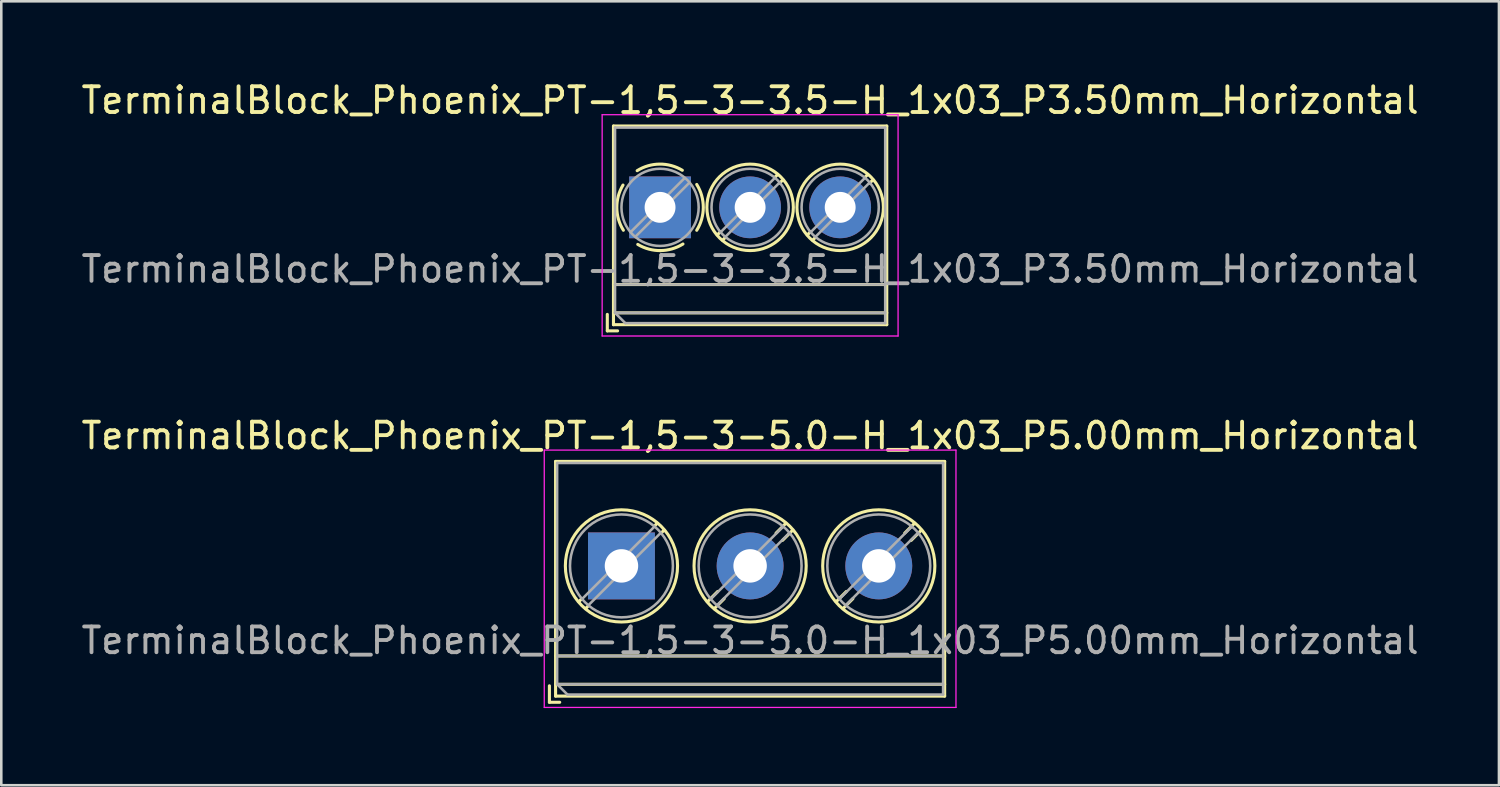
<source format=kicad_pcb>
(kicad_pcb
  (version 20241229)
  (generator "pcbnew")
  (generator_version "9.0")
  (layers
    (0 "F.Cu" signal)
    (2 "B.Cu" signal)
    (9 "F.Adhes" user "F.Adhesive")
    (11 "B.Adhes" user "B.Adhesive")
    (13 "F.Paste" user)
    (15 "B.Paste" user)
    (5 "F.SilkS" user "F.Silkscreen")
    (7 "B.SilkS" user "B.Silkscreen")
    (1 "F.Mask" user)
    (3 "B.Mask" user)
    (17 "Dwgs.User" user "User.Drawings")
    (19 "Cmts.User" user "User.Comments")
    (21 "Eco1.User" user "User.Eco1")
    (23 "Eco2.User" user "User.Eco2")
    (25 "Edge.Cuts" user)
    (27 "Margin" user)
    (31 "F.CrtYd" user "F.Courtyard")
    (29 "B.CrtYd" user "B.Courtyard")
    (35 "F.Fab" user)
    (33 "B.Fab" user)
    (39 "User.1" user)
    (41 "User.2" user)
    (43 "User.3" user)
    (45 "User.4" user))
  (footprint "TerminalBlock_Phoenix_PT-1,5-3-5.0-H_1x03_P5.00mm_Horizontal"
    (layer "F.Cu")
    (at 21.101 18.942)
    (property "Reference" "TerminalBlock_Phoenix_PT-1,5-3-5.0-H_1x03_P5.00mm_Horizontal" (at 5 -5.06 0) (layer "F.SilkS") (effects (font (size 1 1) (thickness 0.15))))
    (attr through_hole)
    (fp_line (start -2.8 4.66) (end -2.8 5.3) (stroke (width 0.12) (type solid)) (layer "F.SilkS"))
    (fp_line (start -2.8 5.3) (end -2.4 5.3) (stroke (width 0.12) (type solid)) (layer "F.SilkS"))
    (fp_line (start -2.56 -4.06) (end -2.56 5.06) (stroke (width 0.12) (type solid)) (layer "F.SilkS"))
    (fp_line (start -2.56 -4.06) (end 12.56 -4.06) (stroke (width 0.12) (type solid)) (layer "F.SilkS"))
    (fp_line (start -2.56 3.5) (end 12.56 3.5) (stroke (width 0.12) (type solid)) (layer "F.SilkS"))
    (fp_line (start -2.56 4.6) (end 12.56 4.6) (stroke (width 0.12) (type solid)) (layer "F.SilkS"))
    (fp_line (start -2.56 5.06) (end 12.56 5.06) (stroke (width 0.12) (type solid)) (layer "F.SilkS"))
    (fp_line (start -1.548 1.281) (end -1.654 1.388) (stroke (width 0.12) (type solid)) (layer "F.SilkS"))
    (fp_line (start -1.282 1.547) (end -1.388 1.654) (stroke (width 0.12) (type solid)) (layer "F.SilkS"))
    (fp_line (start 1.388 -1.654) (end 1.281 -1.547) (stroke (width 0.12) (type solid)) (layer "F.SilkS"))
    (fp_line (start 1.654 -1.388) (end 1.547 -1.281) (stroke (width 0.12) (type solid)) (layer "F.SilkS"))
    (fp_line (start 3.742 0.992) (end 3.347 1.388) (stroke (width 0.12) (type solid)) (layer "F.SilkS"))
    (fp_line (start 3.993 1.274) (end 3.613 1.654) (stroke (width 0.12) (type solid)) (layer "F.SilkS"))
    (fp_line (start 6.388 -1.654) (end 6.008 -1.274) (stroke (width 0.12) (type solid)) (layer "F.SilkS"))
    (fp_line (start 6.654 -1.388) (end 6.259 -0.992) (stroke (width 0.12) (type solid)) (layer "F.SilkS"))
    (fp_line (start 8.742 0.992) (end 8.347 1.388) (stroke (width 0.12) (type solid)) (layer "F.SilkS"))
    (fp_line (start 8.993 1.274) (end 8.613 1.654) (stroke (width 0.12) (type solid)) (layer "F.SilkS"))
    (fp_line (start 11.388 -1.654) (end 11.008 -1.274) (stroke (width 0.12) (type solid)) (layer "F.SilkS"))
    (fp_line (start 11.654 -1.388) (end 11.259 -0.992) (stroke (width 0.12) (type solid)) (layer "F.SilkS"))
    (fp_line (start 12.56 -4.06) (end 12.56 5.06) (stroke (width 0.12) (type solid)) (layer "F.SilkS"))
    (fp_circle (center 0 0) (end 2.18 0) (stroke (width 0.12) (type solid)) (fill no) (layer "F.SilkS"))
    (fp_circle (center 5 0) (end 7.18 0) (stroke (width 0.12) (type solid)) (fill no) (layer "F.SilkS"))
    (fp_circle (center 10 0) (end 12.18 0) (stroke (width 0.12) (type solid)) (fill no) (layer "F.SilkS"))
    (fp_line (start -3 -4.5) (end -3 5.5) (stroke (width 0.05) (type solid)) (layer "F.CrtYd"))
    (fp_line (start -3 5.5) (end 13 5.5) (stroke (width 0.05) (type solid)) (layer "F.CrtYd"))
    (fp_line (start 13 -4.5) (end -3 -4.5) (stroke (width 0.05) (type solid)) (layer "F.CrtYd"))
    (fp_line (start 13 5.5) (end 13 -4.5) (stroke (width 0.05) (type solid)) (layer "F.CrtYd"))
    (fp_line (start -2.5 -4) (end 12.5 -4) (stroke (width 0.1) (type solid)) (layer "F.Fab"))
    (fp_line (start -2.5 3.5) (end 12.5 3.5) (stroke (width 0.1) (type solid)) (layer "F.Fab"))
    (fp_line (start -2.5 4.6) (end -2.5 -4) (stroke (width 0.1) (type solid)) (layer "F.Fab"))
    (fp_line (start -2.5 4.6) (end 12.5 4.6) (stroke (width 0.1) (type solid)) (layer "F.Fab"))
    (fp_line (start -2.1 5) (end -2.5 4.6) (stroke (width 0.1) (type solid)) (layer "F.Fab"))
    (fp_line (start 1.273 -1.517) (end -1.517 1.273) (stroke (width 0.1) (type solid)) (layer "F.Fab"))
    (fp_line (start 1.517 -1.273) (end -1.273 1.517) (stroke (width 0.1) (type solid)) (layer "F.Fab"))
    (fp_line (start 6.273 -1.517) (end 3.484 1.273) (stroke (width 0.1) (type solid)) (layer "F.Fab"))
    (fp_line (start 6.517 -1.273) (end 3.728 1.517) (stroke (width 0.1) (type solid)) (layer "F.Fab"))
    (fp_line (start 11.273 -1.517) (end 8.484 1.273) (stroke (width 0.1) (type solid)) (layer "F.Fab"))
    (fp_line (start 11.517 -1.273) (end 8.728 1.517) (stroke (width 0.1) (type solid)) (layer "F.Fab"))
    (fp_line (start 12.5 -4) (end 12.5 5) (stroke (width 0.1) (type solid)) (layer "F.Fab"))
    (fp_line (start 12.5 5) (end -2.1 5) (stroke (width 0.1) (type solid)) (layer "F.Fab"))
    (fp_circle (center 0 0) (end 2 0) (stroke (width 0.1) (type solid)) (fill no) (layer "F.Fab"))
    (fp_circle (center 5 0) (end 7 0) (stroke (width 0.1) (type solid)) (fill no) (layer "F.Fab"))
    (fp_circle (center 10 0) (end 12 0) (stroke (width 0.1) (type solid)) (fill no) (layer "F.Fab"))
    (fp_text user "${REFERENCE}" (at 5 2.9 0) (layer "F.Fab") (effects (font (size 1 1) (thickness 0.15))))
    (pad "1" thru_hole rect (at 0 0) (size 2.6 2.6) (drill 1.3) (layers "*.Cu" "*.Mask"))
    (pad "2" thru_hole circle (at 5 0) (size 2.6 2.6) (drill 1.3) (layers "*.Cu" "*.Mask"))
    (pad "3" thru_hole circle (at 10 0) (size 2.6 2.6) (drill 1.3) (layers "*.Cu" "*.Mask")))
  (footprint "TerminalBlock_Phoenix_PT-1,5-3-3.5-H_1x03_P3.50mm_Horizontal"
    (layer "F.Cu")
    (at 22.601 5.008)
    (property "Reference" "TerminalBlock_Phoenix_PT-1,5-3-3.5-H_1x03_P3.50mm_Horizontal" (at 3.5 -4.16 0) (layer "F.SilkS") (effects (font (size 1 1) (thickness 0.15))))
    (attr through_hole)
    (fp_line (start -2.05 4.16) (end -2.05 4.8) (stroke (width 0.12) (type solid)) (layer "F.SilkS"))
    (fp_line (start -2.05 4.8) (end -1.65 4.8) (stroke (width 0.12) (type solid)) (layer "F.SilkS"))
    (fp_line (start -1.81 -3.16) (end -1.81 4.56) (stroke (width 0.12) (type solid)) (layer "F.SilkS"))
    (fp_line (start -1.81 -3.16) (end 8.81 -3.16) (stroke (width 0.12) (type solid)) (layer "F.SilkS"))
    (fp_line (start -1.81 3) (end 8.81 3) (stroke (width 0.12) (type solid)) (layer "F.SilkS"))
    (fp_line (start -1.81 4.1) (end 8.81 4.1) (stroke (width 0.12) (type solid)) (layer "F.SilkS"))
    (fp_line (start -1.81 4.56) (end 8.81 4.56) (stroke (width 0.12) (type solid)) (layer "F.SilkS"))
    (fp_line (start 2.355 0.941) (end 2.226 1.069) (stroke (width 0.12) (type solid)) (layer "F.SilkS"))
    (fp_line (start 2.525 1.181) (end 2.431 1.274) (stroke (width 0.12) (type solid)) (layer "F.SilkS"))
    (fp_line (start 4.57 -1.275) (end 4.476 -1.181) (stroke (width 0.12) (type solid)) (layer "F.SilkS"))
    (fp_line (start 4.775 -1.069) (end 4.646 -0.941) (stroke (width 0.12) (type solid)) (layer "F.SilkS"))
    (fp_line (start 5.855 0.941) (end 5.726 1.069) (stroke (width 0.12) (type solid)) (layer "F.SilkS"))
    (fp_line (start 6.025 1.181) (end 5.931 1.274) (stroke (width 0.12) (type solid)) (layer "F.SilkS"))
    (fp_line (start 8.07 -1.275) (end 7.976 -1.181) (stroke (width 0.12) (type solid)) (layer "F.SilkS"))
    (fp_line (start 8.275 -1.069) (end 8.146 -0.941) (stroke (width 0.12) (type solid)) (layer "F.SilkS"))
    (fp_line (start 8.81 -3.16) (end 8.81 4.56) (stroke (width 0.12) (type solid)) (layer "F.SilkS"))
    (fp_arc (start -1.425358 0.889894) (mid -1.680286 0.014012) (end -1.44 -0.866) (stroke (width 0.12) (type solid)) (layer "F.SilkS"))
    (fp_arc (start -0.889894 -1.425358) (mid -0.014012 -1.680286) (end 0.866 -1.44) (stroke (width 0.12) (type solid)) (layer "F.SilkS"))
    (fp_arc (start 0.028674 1.680099) (mid -0.435535 1.622918) (end -0.866 1.44) (stroke (width 0.12) (type solid)) (layer "F.SilkS"))
    (fp_arc (start 0.890264 1.424721) (mid 0.463071 1.61492) (end 0 1.68) (stroke (width 0.12) (type solid)) (layer "F.SilkS"))
    (fp_arc (start 1.425504 -0.890193) (mid 1.680626 0.000476) (end 1.425 0.891) (stroke (width 0.12) (type solid)) (layer "F.SilkS"))
    (fp_circle (center 3.5 0) (end 5.18 0) (stroke (width 0.12) (type solid)) (fill no) (layer "F.SilkS"))
    (fp_circle (center 7 0) (end 8.68 0) (stroke (width 0.12) (type solid)) (fill no) (layer "F.SilkS"))
    (fp_line (start -2.25 -3.6) (end -2.25 5) (stroke (width 0.05) (type solid)) (layer "F.CrtYd"))
    (fp_line (start -2.25 5) (end 9.25 5) (stroke (width 0.05) (type solid)) (layer "F.CrtYd"))
    (fp_line (start 9.25 -3.6) (end -2.25 -3.6) (stroke (width 0.05) (type solid)) (layer "F.CrtYd"))
    (fp_line (start 9.25 5) (end 9.25 -3.6) (stroke (width 0.05) (type solid)) (layer "F.CrtYd"))
    (fp_line (start -1.75 -3.1) (end 8.75 -3.1) (stroke (width 0.1) (type solid)) (layer "F.Fab"))
    (fp_line (start -1.75 3) (end 8.75 3) (stroke (width 0.1) (type solid)) (layer "F.Fab"))
    (fp_line (start -1.75 4.1) (end -1.75 -3.1) (stroke (width 0.1) (type solid)) (layer "F.Fab"))
    (fp_line (start -1.75 4.1) (end 8.75 4.1) (stroke (width 0.1) (type solid)) (layer "F.Fab"))
    (fp_line (start -1.35 4.5) (end -1.75 4.1) (stroke (width 0.1) (type solid)) (layer "F.Fab"))
    (fp_line (start 0.955 -1.138) (end -1.138 0.955) (stroke (width 0.1) (type solid)) (layer "F.Fab"))
    (fp_line (start 1.138 -0.955) (end -0.955 1.138) (stroke (width 0.1) (type solid)) (layer "F.Fab"))
    (fp_line (start 4.455 -1.138) (end 2.363 0.955) (stroke (width 0.1) (type solid)) (layer "F.Fab"))
    (fp_line (start 4.638 -0.955) (end 2.546 1.138) (stroke (width 0.1) (type solid)) (layer "F.Fab"))
    (fp_line (start 7.955 -1.138) (end 5.863 0.955) (stroke (width 0.1) (type solid)) (layer "F.Fab"))
    (fp_line (start 8.138 -0.955) (end 6.046 1.138) (stroke (width 0.1) (type solid)) (layer "F.Fab"))
    (fp_line (start 8.75 -3.1) (end 8.75 4.5) (stroke (width 0.1) (type solid)) (layer "F.Fab"))
    (fp_line (start 8.75 4.5) (end -1.35 4.5) (stroke (width 0.1) (type solid)) (layer "F.Fab"))
    (fp_circle (center 0 0) (end 1.5 0) (stroke (width 0.1) (type solid)) (fill no) (layer "F.Fab"))
    (fp_circle (center 3.5 0) (end 5 0) (stroke (width 0.1) (type solid)) (fill no) (layer "F.Fab"))
    (fp_circle (center 7 0) (end 8.5 0) (stroke (width 0.1) (type solid)) (fill no) (layer "F.Fab"))
    (fp_text user "${REFERENCE}" (at 3.5 2.4 0) (layer "F.Fab") (effects (font (size 1 1) (thickness 0.15))))
    (pad "1" thru_hole rect (at 0 0) (size 2.4 2.4) (drill 1.2) (layers "*.Cu" "*.Mask"))
    (pad "2" thru_hole circle (at 3.5 0) (size 2.4 2.4) (drill 1.2) (layers "*.Cu" "*.Mask"))
    (pad "3" thru_hole circle (at 7 0) (size 2.4 2.4) (drill 1.2) (layers "*.Cu" "*.Mask")))
  (gr_rect
    (start -3 -3)
    (end 55.202 27.466)
    (stroke (width 0.1) (type default))
    (fill no)
    (layer "Edge.Cuts")))
</source>
